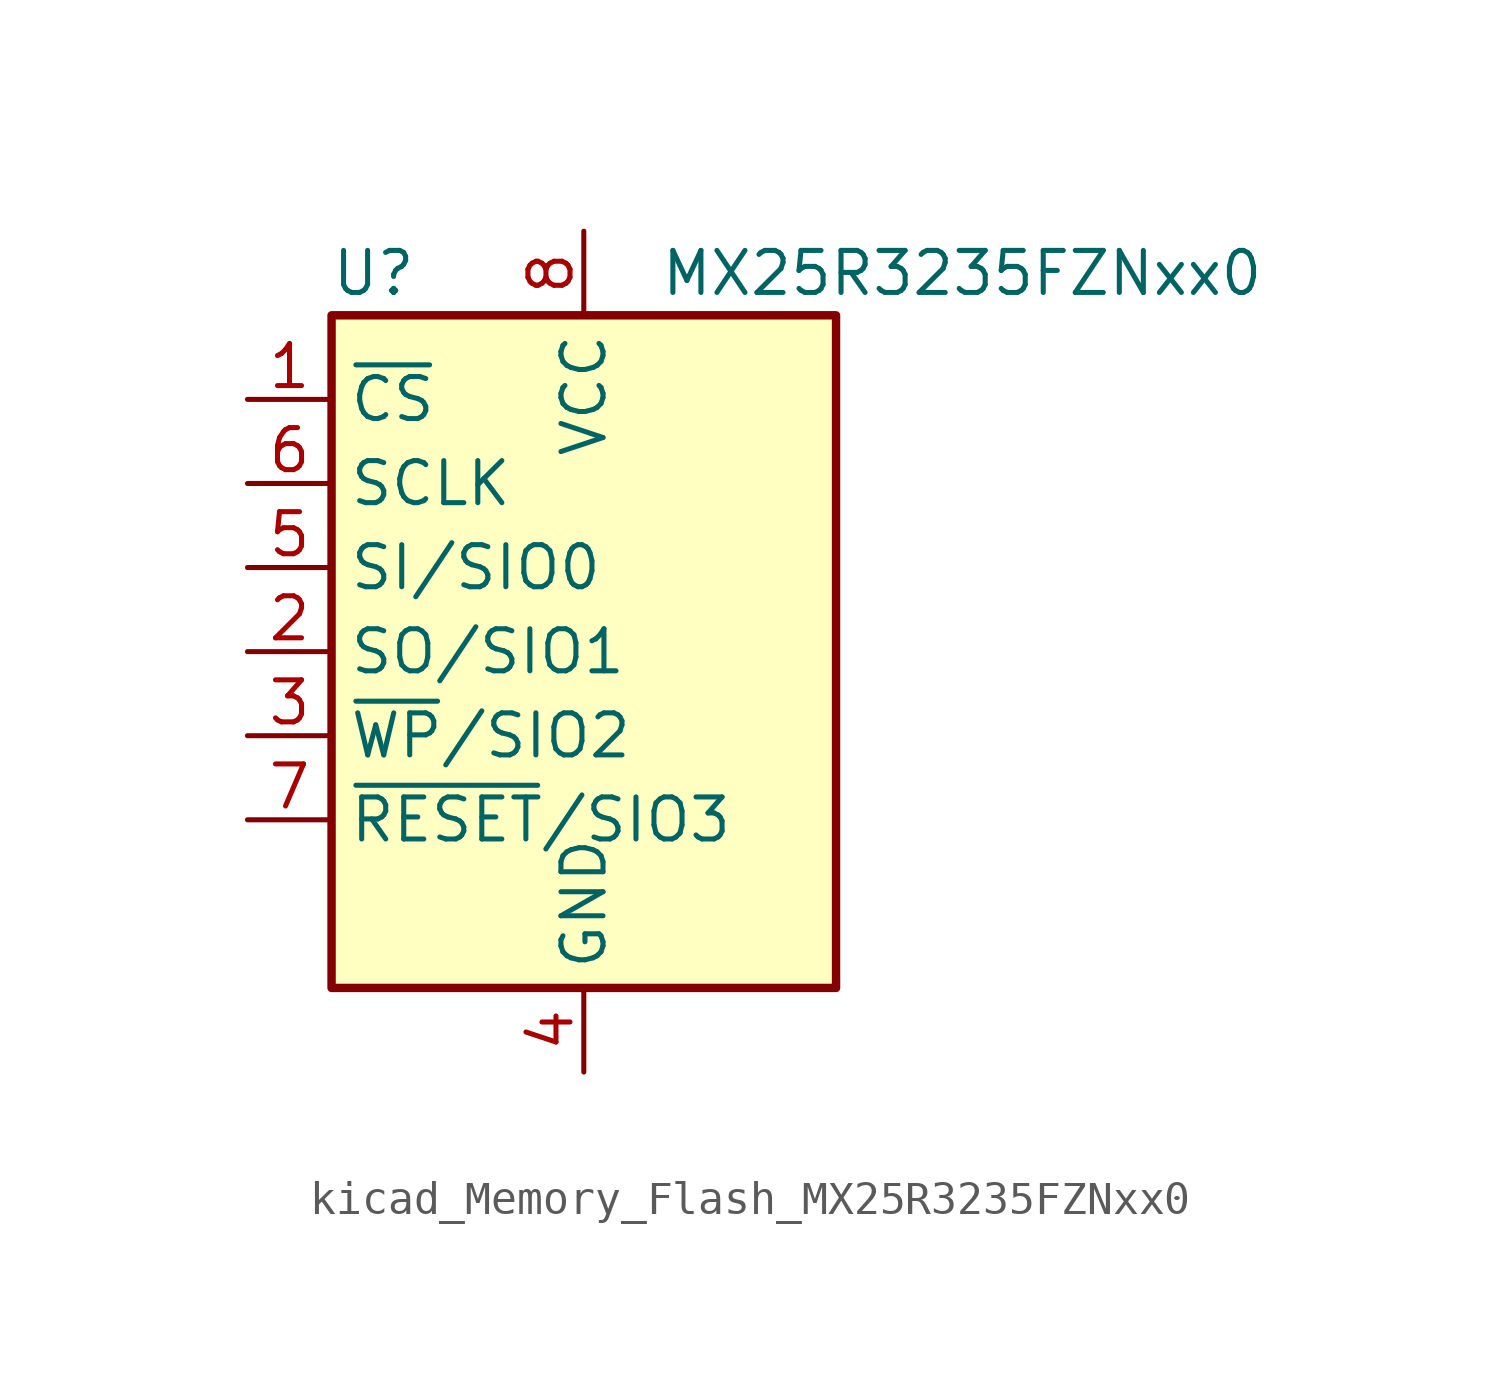
<source format=kicad_sym>
(kicad_symbol_lib
  (version 20220914)
  (generator kicad_symbol_editor)
  (symbol "kicad_Memory_Flash_MX25R3235FZNxx0"
    (property "Reference" "U"
      (at -6.35 11.43 0)
      (effects (font (size 1.27 1.27))))
    (property "Value" "MX25R3235FZNxx0"
      (at 11.43 11.43 0)
      (effects (font (size 1.27 1.27))))
    (symbol "kicad_Memory_Flash_MX25R3235FZNxx0_0_1"
      (rectangle (start -7.62 10.16) (end 7.62 -10.16) (stroke (width 0.254) (type default)) (fill (type background))))
    (symbol "kicad_Memory_Flash_MX25R3235FZNxx0_1_1"
      (pin input line (at -10.16 7.62 0) (length 2.54) (name "~{CS}" (effects (font (size 1.27 1.27)))) (number "1" (effects (font (size 1.27 1.27)))))
      (pin bidirectional line (at -10.16 0 0) (length 2.54) (name "SO/SIO1" (effects (font (size 1.27 1.27)))) (number "2" (effects (font (size 1.27 1.27)))))
      (pin bidirectional line (at -10.16 -2.54 0) (length 2.54) (name "~{WP}/SIO2" (effects (font (size 1.27 1.27)))) (number "3" (effects (font (size 1.27 1.27)))))
      (pin power_in line (at 0 -12.7 90) (length 2.54) (name "GND" (effects (font (size 1.27 1.27)))) (number "4" (effects (font (size 1.27 1.27)))))
      (pin bidirectional line (at -10.16 2.54 0) (length 2.54) (name "SI/SIO0" (effects (font (size 1.27 1.27)))) (number "5" (effects (font (size 1.27 1.27)))))
      (pin input line (at -10.16 5.08 0) (length 2.54) (name "SCLK" (effects (font (size 1.27 1.27)))) (number "6" (effects (font (size 1.27 1.27)))))
      (pin bidirectional line (at -10.16 -5.08 0) (length 2.54) (name "~{RESET}/SIO3" (effects (font (size 1.27 1.27)))) (number "7" (effects (font (size 1.27 1.27)))))
      (pin power_in line (at 0 12.7 270) (length 2.54) (name "VCC" (effects (font (size 1.27 1.27)))) (number "8" (effects (font (size 1.27 1.27)))))
      (pin passive line (at 0 -12.7 90) (length 2.54) hide (name "GND" (effects (font (size 1.27 1.27)))) (number "9" (effects (font (size 1.27 1.27))))))))
</source>
